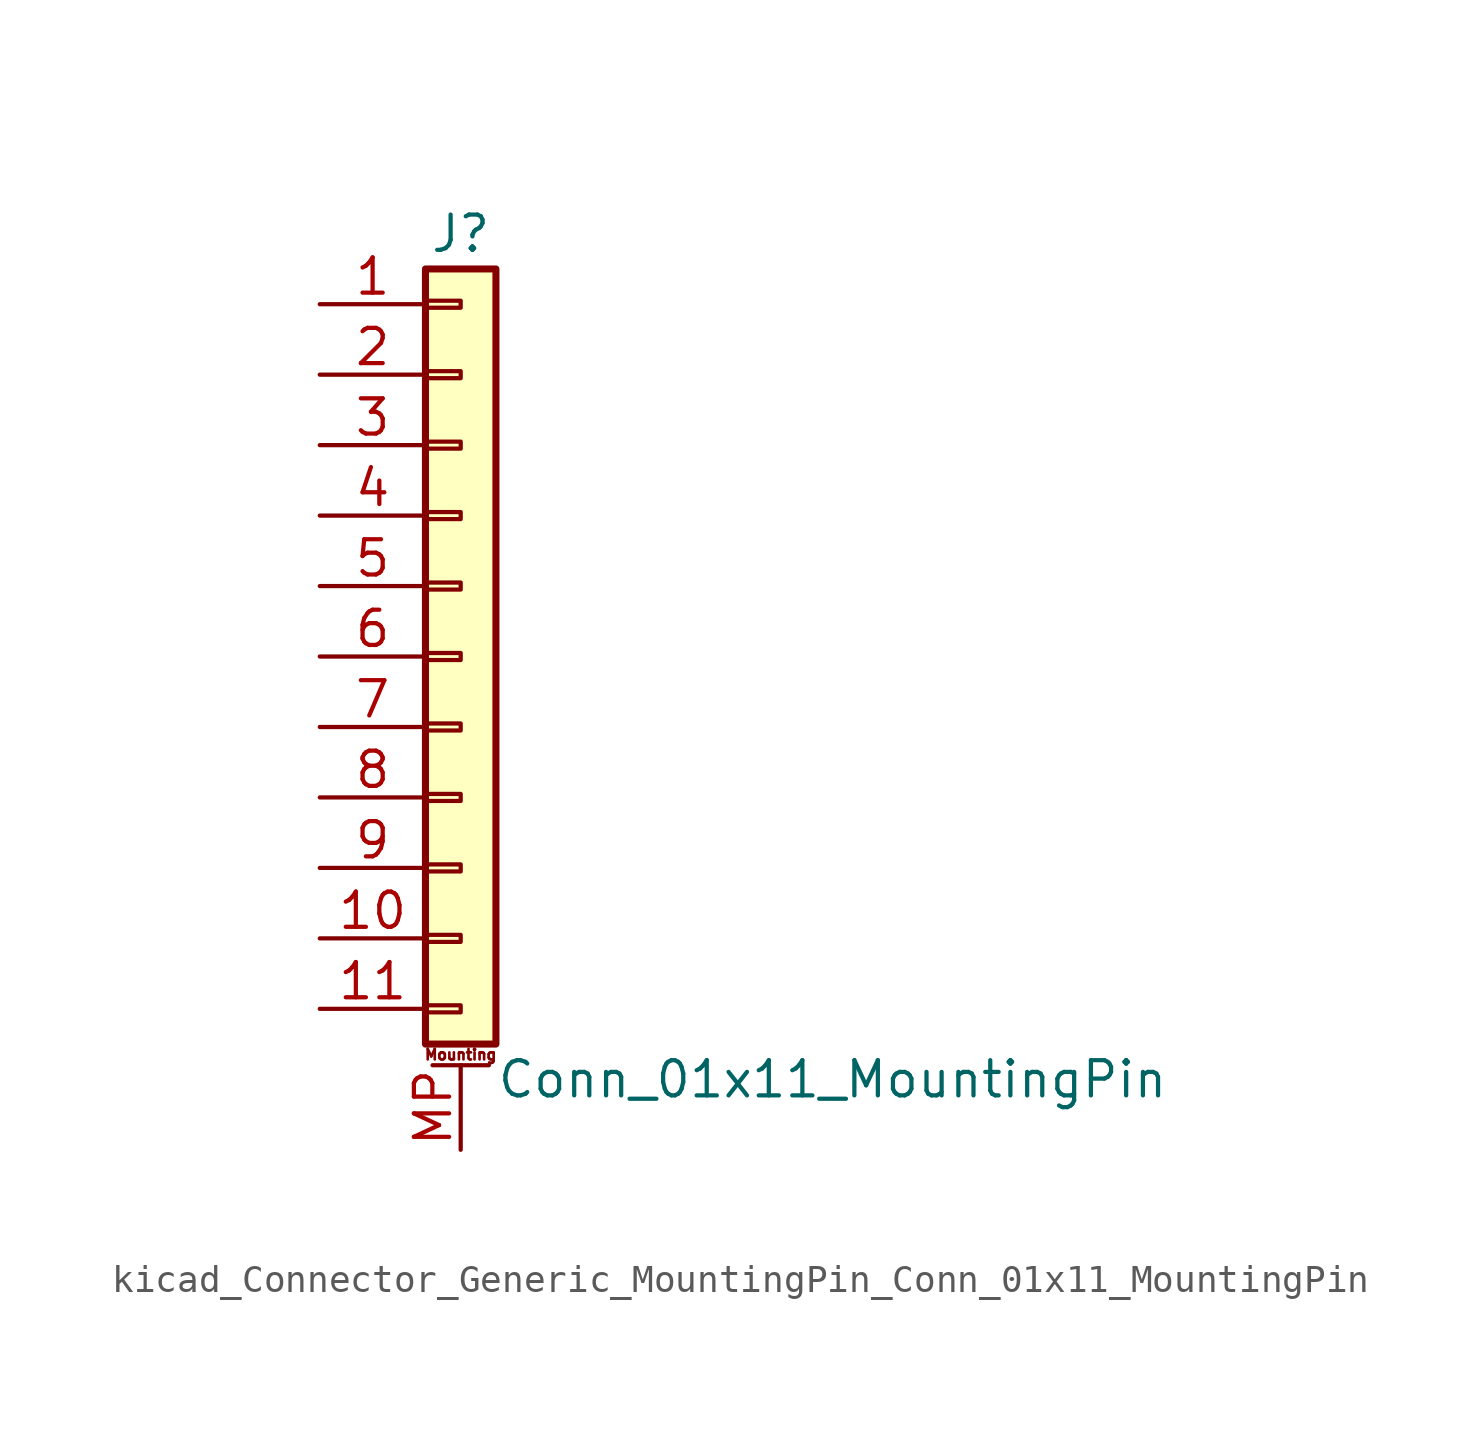
<source format=kicad_sym>
(kicad_symbol_lib
  (version 20220914)
  (generator kicad_symbol_editor)
  (symbol "kicad_Connector_Generic_MountingPin_Conn_01x11_MountingPin"
    (pin_names
      (offset 1.016) hide)
    (property "Reference" "J"
      (at 0 15.24 0)
      (effects (font (size 1.27 1.27))))
    (property "Value" "Conn_01x11_MountingPin"
      (at 1.27 -15.24 0)
      (effects (font (size 1.27 1.27)) (justify left)))
    (symbol "kicad_Connector_Generic_MountingPin_Conn_01x11_MountingPin_1_1"
      (rectangle (start -1.27 -12.573) (end 0 -12.827) (stroke (width 0.152) (type default)) (fill (type none)))
      (rectangle (start -1.27 -10.033) (end 0 -10.287) (stroke (width 0.152) (type default)) (fill (type none)))
      (rectangle (start -1.27 -7.493) (end 0 -7.747) (stroke (width 0.152) (type default)) (fill (type none)))
      (rectangle (start -1.27 -4.953) (end 0 -5.207) (stroke (width 0.152) (type default)) (fill (type none)))
      (rectangle (start -1.27 -2.413) (end 0 -2.667) (stroke (width 0.152) (type default)) (fill (type none)))
      (rectangle (start -1.27 0.127) (end 0 -0.127) (stroke (width 0.152) (type default)) (fill (type none)))
      (rectangle (start -1.27 2.667) (end 0 2.413) (stroke (width 0.152) (type default)) (fill (type none)))
      (rectangle (start -1.27 5.207) (end 0 4.953) (stroke (width 0.152) (type default)) (fill (type none)))
      (rectangle (start -1.27 7.747) (end 0 7.493) (stroke (width 0.152) (type default)) (fill (type none)))
      (rectangle (start -1.27 10.287) (end 0 10.033) (stroke (width 0.152) (type default)) (fill (type none)))
      (rectangle (start -1.27 12.827) (end 0 12.573) (stroke (width 0.152) (type default)) (fill (type none)))
      (rectangle (start -1.27 13.97) (end 1.27 -13.97) (stroke (width 0.254) (type default)) (fill (type background)))
      (polyline (pts (xy -1.016 -14.732) (xy 1.016 -14.732)) (stroke (width 0.152) (type default)) (fill (type none)))
      (text "Mounting" (at 0 -14.351 0) (effects (font (size 0.381 0.381))))
      (pin passive line (at -5.08 12.7 0) (length 3.81) (name "Pin_1" (effects (font (size 1.27 1.27)))) (number "1" (effects (font (size 1.27 1.27)))))
      (pin passive line (at -5.08 -10.16 0) (length 3.81) (name "Pin_10" (effects (font (size 1.27 1.27)))) (number "10" (effects (font (size 1.27 1.27)))))
      (pin passive line (at -5.08 -12.7 0) (length 3.81) (name "Pin_11" (effects (font (size 1.27 1.27)))) (number "11" (effects (font (size 1.27 1.27)))))
      (pin passive line (at -5.08 10.16 0) (length 3.81) (name "Pin_2" (effects (font (size 1.27 1.27)))) (number "2" (effects (font (size 1.27 1.27)))))
      (pin passive line (at -5.08 7.62 0) (length 3.81) (name "Pin_3" (effects (font (size 1.27 1.27)))) (number "3" (effects (font (size 1.27 1.27)))))
      (pin passive line (at -5.08 5.08 0) (length 3.81) (name "Pin_4" (effects (font (size 1.27 1.27)))) (number "4" (effects (font (size 1.27 1.27)))))
      (pin passive line (at -5.08 2.54 0) (length 3.81) (name "Pin_5" (effects (font (size 1.27 1.27)))) (number "5" (effects (font (size 1.27 1.27)))))
      (pin passive line (at -5.08 0 0) (length 3.81) (name "Pin_6" (effects (font (size 1.27 1.27)))) (number "6" (effects (font (size 1.27 1.27)))))
      (pin passive line (at -5.08 -2.54 0) (length 3.81) (name "Pin_7" (effects (font (size 1.27 1.27)))) (number "7" (effects (font (size 1.27 1.27)))))
      (pin passive line (at -5.08 -5.08 0) (length 3.81) (name "Pin_8" (effects (font (size 1.27 1.27)))) (number "8" (effects (font (size 1.27 1.27)))))
      (pin passive line (at -5.08 -7.62 0) (length 3.81) (name "Pin_9" (effects (font (size 1.27 1.27)))) (number "9" (effects (font (size 1.27 1.27)))))
      (pin passive line (at 0 -17.78 90) (length 3.048) (name "MountPin" (effects (font (size 1.27 1.27)))) (number "MP" (effects (font (size 1.27 1.27))))))))
</source>
